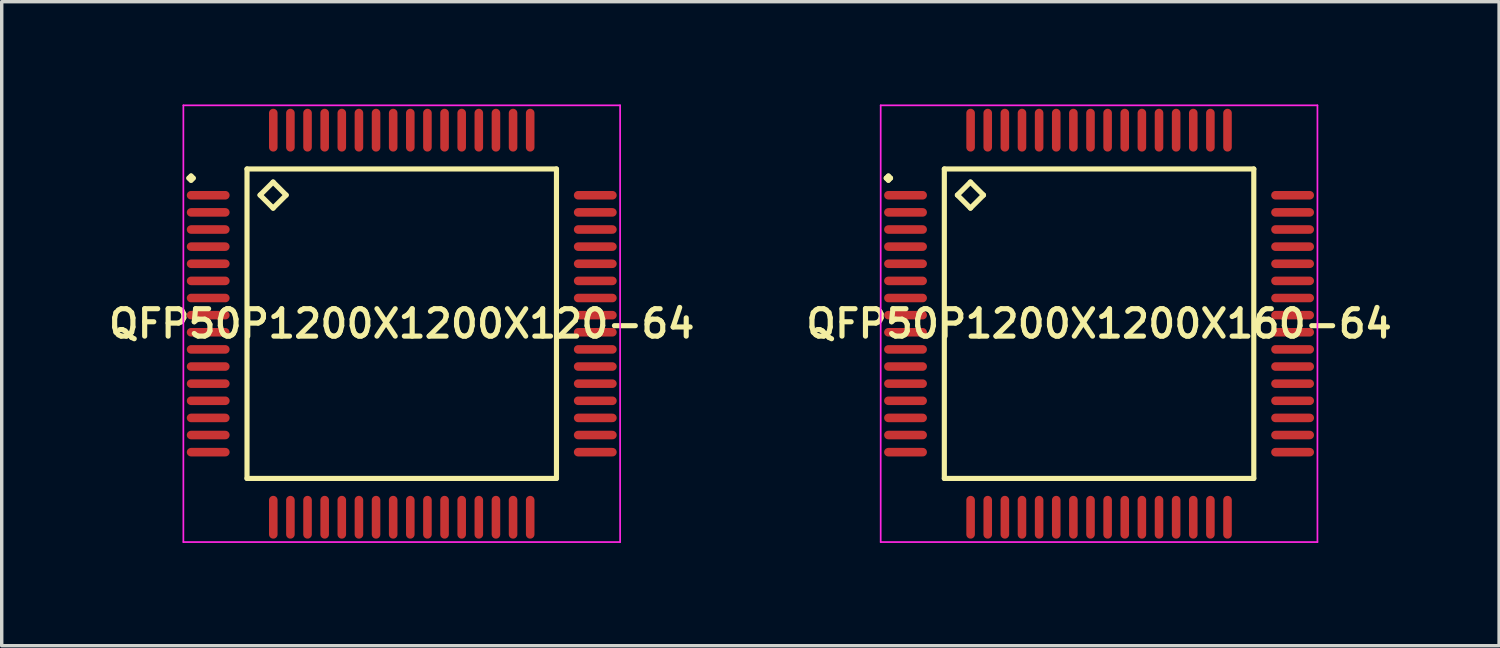
<source format=kicad_pcb>
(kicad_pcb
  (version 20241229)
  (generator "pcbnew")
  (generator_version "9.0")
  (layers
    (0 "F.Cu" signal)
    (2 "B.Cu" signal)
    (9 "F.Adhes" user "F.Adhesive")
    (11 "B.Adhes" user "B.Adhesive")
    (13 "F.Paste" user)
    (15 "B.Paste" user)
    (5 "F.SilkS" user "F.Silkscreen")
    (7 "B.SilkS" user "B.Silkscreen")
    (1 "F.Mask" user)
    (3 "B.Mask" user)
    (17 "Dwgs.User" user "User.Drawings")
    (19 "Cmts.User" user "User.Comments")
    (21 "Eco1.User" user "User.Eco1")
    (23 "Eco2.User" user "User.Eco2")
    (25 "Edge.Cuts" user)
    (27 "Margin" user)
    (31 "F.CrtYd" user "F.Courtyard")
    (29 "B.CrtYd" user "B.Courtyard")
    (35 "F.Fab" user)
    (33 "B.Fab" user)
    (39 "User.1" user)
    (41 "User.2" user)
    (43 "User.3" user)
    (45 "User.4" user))
  (footprint "QFP50P1200X1200X160-64"
    (layer "F.Cu")
    (at 29.035 6.4)
    (property "Reference" "QFP50P1200X1200X160-64" (at 0 0 0) (layer "F.SilkS") (effects (font (size 0.8 0.8) (thickness 0.15))))
    (attr smd)
    (fp_line (start -6.213 -4.25) (end -6.15 -4.312) (stroke (width 0.15) (type solid)) (layer "F.SilkS"))
    (fp_line (start -6.15 -4.312) (end -6.088 -4.25) (stroke (width 0.15) (type solid)) (layer "F.SilkS"))
    (fp_line (start -6.15 -4.188) (end -6.213 -4.25) (stroke (width 0.15) (type solid)) (layer "F.SilkS"))
    (fp_line (start -6.088 -4.25) (end -6.15 -4.188) (stroke (width 0.15) (type solid)) (layer "F.SilkS"))
    (fp_line (start -4.517 -4.517) (end -4.517 4.517) (stroke (width 0.15) (type solid)) (layer "F.SilkS"))
    (fp_line (start -4.517 4.517) (end 4.517 4.517) (stroke (width 0.15) (type solid)) (layer "F.SilkS"))
    (fp_line (start -4.136 -3.755) (end -3.755 -4.136) (stroke (width 0.15) (type solid)) (layer "F.SilkS"))
    (fp_line (start -3.755 -4.136) (end -3.374 -3.755) (stroke (width 0.15) (type solid)) (layer "F.SilkS"))
    (fp_line (start -3.755 -3.374) (end -4.136 -3.755) (stroke (width 0.15) (type solid)) (layer "F.SilkS"))
    (fp_line (start -3.374 -3.755) (end -3.755 -3.374) (stroke (width 0.15) (type solid)) (layer "F.SilkS"))
    (fp_line (start 4.517 -4.517) (end -4.517 -4.517) (stroke (width 0.15) (type solid)) (layer "F.SilkS"))
    (fp_line (start 4.517 4.517) (end 4.517 -4.517) (stroke (width 0.15) (type solid)) (layer "F.SilkS"))
    (fp_line (start -6.375 -6.375) (end 6.375 -6.375) (stroke (width 0.05) (type solid)) (layer "F.CrtYd"))
    (fp_line (start -6.375 6.375) (end -6.375 -6.375) (stroke (width 0.05) (type solid)) (layer "F.CrtYd"))
    (fp_line (start 6.375 -6.375) (end 6.375 6.375) (stroke (width 0.05) (type solid)) (layer "F.CrtYd"))
    (fp_line (start 6.375 6.375) (end -6.375 6.375) (stroke (width 0.05) (type solid)) (layer "F.CrtYd"))
    (pad "1" smd oval (at -5.65 -3.75) (size 1.25 0.25) (layers "F.Cu" "F.Mask" "F.Paste"))
    (pad "2" smd oval (at -5.65 -3.25) (size 1.25 0.25) (layers "F.Cu" "F.Mask" "F.Paste"))
    (pad "3" smd oval (at -5.65 -2.75) (size 1.25 0.25) (layers "F.Cu" "F.Mask" "F.Paste"))
    (pad "4" smd oval (at -5.65 -2.25) (size 1.25 0.25) (layers "F.Cu" "F.Mask" "F.Paste"))
    (pad "5" smd oval (at -5.65 -1.75) (size 1.25 0.25) (layers "F.Cu" "F.Mask" "F.Paste"))
    (pad "6" smd oval (at -5.65 -1.25) (size 1.25 0.25) (layers "F.Cu" "F.Mask" "F.Paste"))
    (pad "7" smd oval (at -5.65 -0.75) (size 1.25 0.25) (layers "F.Cu" "F.Mask" "F.Paste"))
    (pad "8" smd oval (at -5.65 -0.25) (size 1.25 0.25) (layers "F.Cu" "F.Mask" "F.Paste"))
    (pad "9" smd oval (at -5.65 0.25) (size 1.25 0.25) (layers "F.Cu" "F.Mask" "F.Paste"))
    (pad "10" smd oval (at -5.65 0.75) (size 1.25 0.25) (layers "F.Cu" "F.Mask" "F.Paste"))
    (pad "11" smd oval (at -5.65 1.25) (size 1.25 0.25) (layers "F.Cu" "F.Mask" "F.Paste"))
    (pad "12" smd oval (at -5.65 1.75) (size 1.25 0.25) (layers "F.Cu" "F.Mask" "F.Paste"))
    (pad "13" smd oval (at -5.65 2.25) (size 1.25 0.25) (layers "F.Cu" "F.Mask" "F.Paste"))
    (pad "14" smd oval (at -5.65 2.75) (size 1.25 0.25) (layers "F.Cu" "F.Mask" "F.Paste"))
    (pad "15" smd oval (at -5.65 3.25) (size 1.25 0.25) (layers "F.Cu" "F.Mask" "F.Paste"))
    (pad "16" smd oval (at -5.65 3.75) (size 1.25 0.25) (layers "F.Cu" "F.Mask" "F.Paste"))
    (pad "17" smd oval (at -3.75 5.65) (size 0.25 1.25) (layers "F.Cu" "F.Mask" "F.Paste"))
    (pad "18" smd oval (at -3.25 5.65) (size 0.25 1.25) (layers "F.Cu" "F.Mask" "F.Paste"))
    (pad "19" smd oval (at -2.75 5.65) (size 0.25 1.25) (layers "F.Cu" "F.Mask" "F.Paste"))
    (pad "20" smd oval (at -2.25 5.65) (size 0.25 1.25) (layers "F.Cu" "F.Mask" "F.Paste"))
    (pad "21" smd oval (at -1.75 5.65) (size 0.25 1.25) (layers "F.Cu" "F.Mask" "F.Paste"))
    (pad "22" smd oval (at -1.25 5.65) (size 0.25 1.25) (layers "F.Cu" "F.Mask" "F.Paste"))
    (pad "23" smd oval (at -0.75 5.65) (size 0.25 1.25) (layers "F.Cu" "F.Mask" "F.Paste"))
    (pad "24" smd oval (at -0.25 5.65) (size 0.25 1.25) (layers "F.Cu" "F.Mask" "F.Paste"))
    (pad "25" smd oval (at 0.25 5.65) (size 0.25 1.25) (layers "F.Cu" "F.Mask" "F.Paste"))
    (pad "26" smd oval (at 0.75 5.65) (size 0.25 1.25) (layers "F.Cu" "F.Mask" "F.Paste"))
    (pad "27" smd oval (at 1.25 5.65) (size 0.25 1.25) (layers "F.Cu" "F.Mask" "F.Paste"))
    (pad "28" smd oval (at 1.75 5.65) (size 0.25 1.25) (layers "F.Cu" "F.Mask" "F.Paste"))
    (pad "29" smd oval (at 2.25 5.65) (size 0.25 1.25) (layers "F.Cu" "F.Mask" "F.Paste"))
    (pad "30" smd oval (at 2.75 5.65) (size 0.25 1.25) (layers "F.Cu" "F.Mask" "F.Paste"))
    (pad "31" smd oval (at 3.25 5.65) (size 0.25 1.25) (layers "F.Cu" "F.Mask" "F.Paste"))
    (pad "32" smd oval (at 3.75 5.65) (size 0.25 1.25) (layers "F.Cu" "F.Mask" "F.Paste"))
    (pad "33" smd oval (at 5.65 3.75) (size 1.25 0.25) (layers "F.Cu" "F.Mask" "F.Paste"))
    (pad "34" smd oval (at 5.65 3.25) (size 1.25 0.25) (layers "F.Cu" "F.Mask" "F.Paste"))
    (pad "35" smd oval (at 5.65 2.75) (size 1.25 0.25) (layers "F.Cu" "F.Mask" "F.Paste"))
    (pad "36" smd oval (at 5.65 2.25) (size 1.25 0.25) (layers "F.Cu" "F.Mask" "F.Paste"))
    (pad "37" smd oval (at 5.65 1.75) (size 1.25 0.25) (layers "F.Cu" "F.Mask" "F.Paste"))
    (pad "38" smd oval (at 5.65 1.25) (size 1.25 0.25) (layers "F.Cu" "F.Mask" "F.Paste"))
    (pad "39" smd oval (at 5.65 0.75) (size 1.25 0.25) (layers "F.Cu" "F.Mask" "F.Paste"))
    (pad "40" smd oval (at 5.65 0.25) (size 1.25 0.25) (layers "F.Cu" "F.Mask" "F.Paste"))
    (pad "41" smd oval (at 5.65 -0.25) (size 1.25 0.25) (layers "F.Cu" "F.Mask" "F.Paste"))
    (pad "42" smd oval (at 5.65 -0.75) (size 1.25 0.25) (layers "F.Cu" "F.Mask" "F.Paste"))
    (pad "43" smd oval (at 5.65 -1.25) (size 1.25 0.25) (layers "F.Cu" "F.Mask" "F.Paste"))
    (pad "44" smd oval (at 5.65 -1.75) (size 1.25 0.25) (layers "F.Cu" "F.Mask" "F.Paste"))
    (pad "45" smd oval (at 5.65 -2.25) (size 1.25 0.25) (layers "F.Cu" "F.Mask" "F.Paste"))
    (pad "46" smd oval (at 5.65 -2.75) (size 1.25 0.25) (layers "F.Cu" "F.Mask" "F.Paste"))
    (pad "47" smd oval (at 5.65 -3.25) (size 1.25 0.25) (layers "F.Cu" "F.Mask" "F.Paste"))
    (pad "48" smd oval (at 5.65 -3.75) (size 1.25 0.25) (layers "F.Cu" "F.Mask" "F.Paste"))
    (pad "49" smd oval (at 3.75 -5.65) (size 0.25 1.25) (layers "F.Cu" "F.Mask" "F.Paste"))
    (pad "50" smd oval (at 3.25 -5.65) (size 0.25 1.25) (layers "F.Cu" "F.Mask" "F.Paste"))
    (pad "51" smd oval (at 2.75 -5.65) (size 0.25 1.25) (layers "F.Cu" "F.Mask" "F.Paste"))
    (pad "52" smd oval (at 2.25 -5.65) (size 0.25 1.25) (layers "F.Cu" "F.Mask" "F.Paste"))
    (pad "53" smd oval (at 1.75 -5.65) (size 0.25 1.25) (layers "F.Cu" "F.Mask" "F.Paste"))
    (pad "54" smd oval (at 1.25 -5.65) (size 0.25 1.25) (layers "F.Cu" "F.Mask" "F.Paste"))
    (pad "55" smd oval (at 0.75 -5.65) (size 0.25 1.25) (layers "F.Cu" "F.Mask" "F.Paste"))
    (pad "56" smd oval (at 0.25 -5.65) (size 0.25 1.25) (layers "F.Cu" "F.Mask" "F.Paste"))
    (pad "57" smd oval (at -0.25 -5.65) (size 0.25 1.25) (layers "F.Cu" "F.Mask" "F.Paste"))
    (pad "58" smd oval (at -0.75 -5.65) (size 0.25 1.25) (layers "F.Cu" "F.Mask" "F.Paste"))
    (pad "59" smd oval (at -1.25 -5.65) (size 0.25 1.25) (layers "F.Cu" "F.Mask" "F.Paste"))
    (pad "60" smd oval (at -1.75 -5.65) (size 0.25 1.25) (layers "F.Cu" "F.Mask" "F.Paste"))
    (pad "61" smd oval (at -2.25 -5.65) (size 0.25 1.25) (layers "F.Cu" "F.Mask" "F.Paste"))
    (pad "62" smd oval (at -2.75 -5.65) (size 0.25 1.25) (layers "F.Cu" "F.Mask" "F.Paste"))
    (pad "63" smd oval (at -3.25 -5.65) (size 0.25 1.25) (layers "F.Cu" "F.Mask" "F.Paste"))
    (pad "64" smd oval (at -3.75 -5.65) (size 0.25 1.25) (layers "F.Cu" "F.Mask" "F.Paste")))
  (footprint "QFP50P1200X1200X120-64"
    (layer "F.Cu")
    (at 8.678 6.4)
    (property "Reference" "QFP50P1200X1200X120-64" (at 0 0 0) (layer "F.SilkS") (effects (font (size 0.8 0.8) (thickness 0.15))))
    (attr smd)
    (fp_line (start -6.213 -4.25) (end -6.15 -4.312) (stroke (width 0.15) (type solid)) (layer "F.SilkS"))
    (fp_line (start -6.15 -4.312) (end -6.088 -4.25) (stroke (width 0.15) (type solid)) (layer "F.SilkS"))
    (fp_line (start -6.15 -4.188) (end -6.213 -4.25) (stroke (width 0.15) (type solid)) (layer "F.SilkS"))
    (fp_line (start -6.088 -4.25) (end -6.15 -4.188) (stroke (width 0.15) (type solid)) (layer "F.SilkS"))
    (fp_line (start -4.517 -4.517) (end -4.517 4.517) (stroke (width 0.15) (type solid)) (layer "F.SilkS"))
    (fp_line (start -4.517 4.517) (end 4.517 4.517) (stroke (width 0.15) (type solid)) (layer "F.SilkS"))
    (fp_line (start -4.136 -3.755) (end -3.755 -4.136) (stroke (width 0.15) (type solid)) (layer "F.SilkS"))
    (fp_line (start -3.755 -4.136) (end -3.374 -3.755) (stroke (width 0.15) (type solid)) (layer "F.SilkS"))
    (fp_line (start -3.755 -3.374) (end -4.136 -3.755) (stroke (width 0.15) (type solid)) (layer "F.SilkS"))
    (fp_line (start -3.374 -3.755) (end -3.755 -3.374) (stroke (width 0.15) (type solid)) (layer "F.SilkS"))
    (fp_line (start 4.517 -4.517) (end -4.517 -4.517) (stroke (width 0.15) (type solid)) (layer "F.SilkS"))
    (fp_line (start 4.517 4.517) (end 4.517 -4.517) (stroke (width 0.15) (type solid)) (layer "F.SilkS"))
    (fp_line (start -6.375 -6.375) (end 6.375 -6.375) (stroke (width 0.05) (type solid)) (layer "F.CrtYd"))
    (fp_line (start -6.375 6.375) (end -6.375 -6.375) (stroke (width 0.05) (type solid)) (layer "F.CrtYd"))
    (fp_line (start 6.375 -6.375) (end 6.375 6.375) (stroke (width 0.05) (type solid)) (layer "F.CrtYd"))
    (fp_line (start 6.375 6.375) (end -6.375 6.375) (stroke (width 0.05) (type solid)) (layer "F.CrtYd"))
    (pad "1" smd oval (at -5.65 -3.75) (size 1.25 0.25) (layers "F.Cu" "F.Mask" "F.Paste"))
    (pad "2" smd oval (at -5.65 -3.25) (size 1.25 0.25) (layers "F.Cu" "F.Mask" "F.Paste"))
    (pad "3" smd oval (at -5.65 -2.75) (size 1.25 0.25) (layers "F.Cu" "F.Mask" "F.Paste"))
    (pad "4" smd oval (at -5.65 -2.25) (size 1.25 0.25) (layers "F.Cu" "F.Mask" "F.Paste"))
    (pad "5" smd oval (at -5.65 -1.75) (size 1.25 0.25) (layers "F.Cu" "F.Mask" "F.Paste"))
    (pad "6" smd oval (at -5.65 -1.25) (size 1.25 0.25) (layers "F.Cu" "F.Mask" "F.Paste"))
    (pad "7" smd oval (at -5.65 -0.75) (size 1.25 0.25) (layers "F.Cu" "F.Mask" "F.Paste"))
    (pad "8" smd oval (at -5.65 -0.25) (size 1.25 0.25) (layers "F.Cu" "F.Mask" "F.Paste"))
    (pad "9" smd oval (at -5.65 0.25) (size 1.25 0.25) (layers "F.Cu" "F.Mask" "F.Paste"))
    (pad "10" smd oval (at -5.65 0.75) (size 1.25 0.25) (layers "F.Cu" "F.Mask" "F.Paste"))
    (pad "11" smd oval (at -5.65 1.25) (size 1.25 0.25) (layers "F.Cu" "F.Mask" "F.Paste"))
    (pad "12" smd oval (at -5.65 1.75) (size 1.25 0.25) (layers "F.Cu" "F.Mask" "F.Paste"))
    (pad "13" smd oval (at -5.65 2.25) (size 1.25 0.25) (layers "F.Cu" "F.Mask" "F.Paste"))
    (pad "14" smd oval (at -5.65 2.75) (size 1.25 0.25) (layers "F.Cu" "F.Mask" "F.Paste"))
    (pad "15" smd oval (at -5.65 3.25) (size 1.25 0.25) (layers "F.Cu" "F.Mask" "F.Paste"))
    (pad "16" smd oval (at -5.65 3.75) (size 1.25 0.25) (layers "F.Cu" "F.Mask" "F.Paste"))
    (pad "17" smd oval (at -3.75 5.65) (size 0.25 1.25) (layers "F.Cu" "F.Mask" "F.Paste"))
    (pad "18" smd oval (at -3.25 5.65) (size 0.25 1.25) (layers "F.Cu" "F.Mask" "F.Paste"))
    (pad "19" smd oval (at -2.75 5.65) (size 0.25 1.25) (layers "F.Cu" "F.Mask" "F.Paste"))
    (pad "20" smd oval (at -2.25 5.65) (size 0.25 1.25) (layers "F.Cu" "F.Mask" "F.Paste"))
    (pad "21" smd oval (at -1.75 5.65) (size 0.25 1.25) (layers "F.Cu" "F.Mask" "F.Paste"))
    (pad "22" smd oval (at -1.25 5.65) (size 0.25 1.25) (layers "F.Cu" "F.Mask" "F.Paste"))
    (pad "23" smd oval (at -0.75 5.65) (size 0.25 1.25) (layers "F.Cu" "F.Mask" "F.Paste"))
    (pad "24" smd oval (at -0.25 5.65) (size 0.25 1.25) (layers "F.Cu" "F.Mask" "F.Paste"))
    (pad "25" smd oval (at 0.25 5.65) (size 0.25 1.25) (layers "F.Cu" "F.Mask" "F.Paste"))
    (pad "26" smd oval (at 0.75 5.65) (size 0.25 1.25) (layers "F.Cu" "F.Mask" "F.Paste"))
    (pad "27" smd oval (at 1.25 5.65) (size 0.25 1.25) (layers "F.Cu" "F.Mask" "F.Paste"))
    (pad "28" smd oval (at 1.75 5.65) (size 0.25 1.25) (layers "F.Cu" "F.Mask" "F.Paste"))
    (pad "29" smd oval (at 2.25 5.65) (size 0.25 1.25) (layers "F.Cu" "F.Mask" "F.Paste"))
    (pad "30" smd oval (at 2.75 5.65) (size 0.25 1.25) (layers "F.Cu" "F.Mask" "F.Paste"))
    (pad "31" smd oval (at 3.25 5.65) (size 0.25 1.25) (layers "F.Cu" "F.Mask" "F.Paste"))
    (pad "32" smd oval (at 3.75 5.65) (size 0.25 1.25) (layers "F.Cu" "F.Mask" "F.Paste"))
    (pad "33" smd oval (at 5.65 3.75) (size 1.25 0.25) (layers "F.Cu" "F.Mask" "F.Paste"))
    (pad "34" smd oval (at 5.65 3.25) (size 1.25 0.25) (layers "F.Cu" "F.Mask" "F.Paste"))
    (pad "35" smd oval (at 5.65 2.75) (size 1.25 0.25) (layers "F.Cu" "F.Mask" "F.Paste"))
    (pad "36" smd oval (at 5.65 2.25) (size 1.25 0.25) (layers "F.Cu" "F.Mask" "F.Paste"))
    (pad "37" smd oval (at 5.65 1.75) (size 1.25 0.25) (layers "F.Cu" "F.Mask" "F.Paste"))
    (pad "38" smd oval (at 5.65 1.25) (size 1.25 0.25) (layers "F.Cu" "F.Mask" "F.Paste"))
    (pad "39" smd oval (at 5.65 0.75) (size 1.25 0.25) (layers "F.Cu" "F.Mask" "F.Paste"))
    (pad "40" smd oval (at 5.65 0.25) (size 1.25 0.25) (layers "F.Cu" "F.Mask" "F.Paste"))
    (pad "41" smd oval (at 5.65 -0.25) (size 1.25 0.25) (layers "F.Cu" "F.Mask" "F.Paste"))
    (pad "42" smd oval (at 5.65 -0.75) (size 1.25 0.25) (layers "F.Cu" "F.Mask" "F.Paste"))
    (pad "43" smd oval (at 5.65 -1.25) (size 1.25 0.25) (layers "F.Cu" "F.Mask" "F.Paste"))
    (pad "44" smd oval (at 5.65 -1.75) (size 1.25 0.25) (layers "F.Cu" "F.Mask" "F.Paste"))
    (pad "45" smd oval (at 5.65 -2.25) (size 1.25 0.25) (layers "F.Cu" "F.Mask" "F.Paste"))
    (pad "46" smd oval (at 5.65 -2.75) (size 1.25 0.25) (layers "F.Cu" "F.Mask" "F.Paste"))
    (pad "47" smd oval (at 5.65 -3.25) (size 1.25 0.25) (layers "F.Cu" "F.Mask" "F.Paste"))
    (pad "48" smd oval (at 5.65 -3.75) (size 1.25 0.25) (layers "F.Cu" "F.Mask" "F.Paste"))
    (pad "49" smd oval (at 3.75 -5.65) (size 0.25 1.25) (layers "F.Cu" "F.Mask" "F.Paste"))
    (pad "50" smd oval (at 3.25 -5.65) (size 0.25 1.25) (layers "F.Cu" "F.Mask" "F.Paste"))
    (pad "51" smd oval (at 2.75 -5.65) (size 0.25 1.25) (layers "F.Cu" "F.Mask" "F.Paste"))
    (pad "52" smd oval (at 2.25 -5.65) (size 0.25 1.25) (layers "F.Cu" "F.Mask" "F.Paste"))
    (pad "53" smd oval (at 1.75 -5.65) (size 0.25 1.25) (layers "F.Cu" "F.Mask" "F.Paste"))
    (pad "54" smd oval (at 1.25 -5.65) (size 0.25 1.25) (layers "F.Cu" "F.Mask" "F.Paste"))
    (pad "55" smd oval (at 0.75 -5.65) (size 0.25 1.25) (layers "F.Cu" "F.Mask" "F.Paste"))
    (pad "56" smd oval (at 0.25 -5.65) (size 0.25 1.25) (layers "F.Cu" "F.Mask" "F.Paste"))
    (pad "57" smd oval (at -0.25 -5.65) (size 0.25 1.25) (layers "F.Cu" "F.Mask" "F.Paste"))
    (pad "58" smd oval (at -0.75 -5.65) (size 0.25 1.25) (layers "F.Cu" "F.Mask" "F.Paste"))
    (pad "59" smd oval (at -1.25 -5.65) (size 0.25 1.25) (layers "F.Cu" "F.Mask" "F.Paste"))
    (pad "60" smd oval (at -1.75 -5.65) (size 0.25 1.25) (layers "F.Cu" "F.Mask" "F.Paste"))
    (pad "61" smd oval (at -2.25 -5.65) (size 0.25 1.25) (layers "F.Cu" "F.Mask" "F.Paste"))
    (pad "62" smd oval (at -2.75 -5.65) (size 0.25 1.25) (layers "F.Cu" "F.Mask" "F.Paste"))
    (pad "63" smd oval (at -3.25 -5.65) (size 0.25 1.25) (layers "F.Cu" "F.Mask" "F.Paste"))
    (pad "64" smd oval (at -3.75 -5.65) (size 0.25 1.25) (layers "F.Cu" "F.Mask" "F.Paste")))
  (gr_rect
    (start -3 -3)
    (end 40.713 15.8)
    (stroke (width 0.1) (type default))
    (fill no)
    (layer "Edge.Cuts")))
</source>
